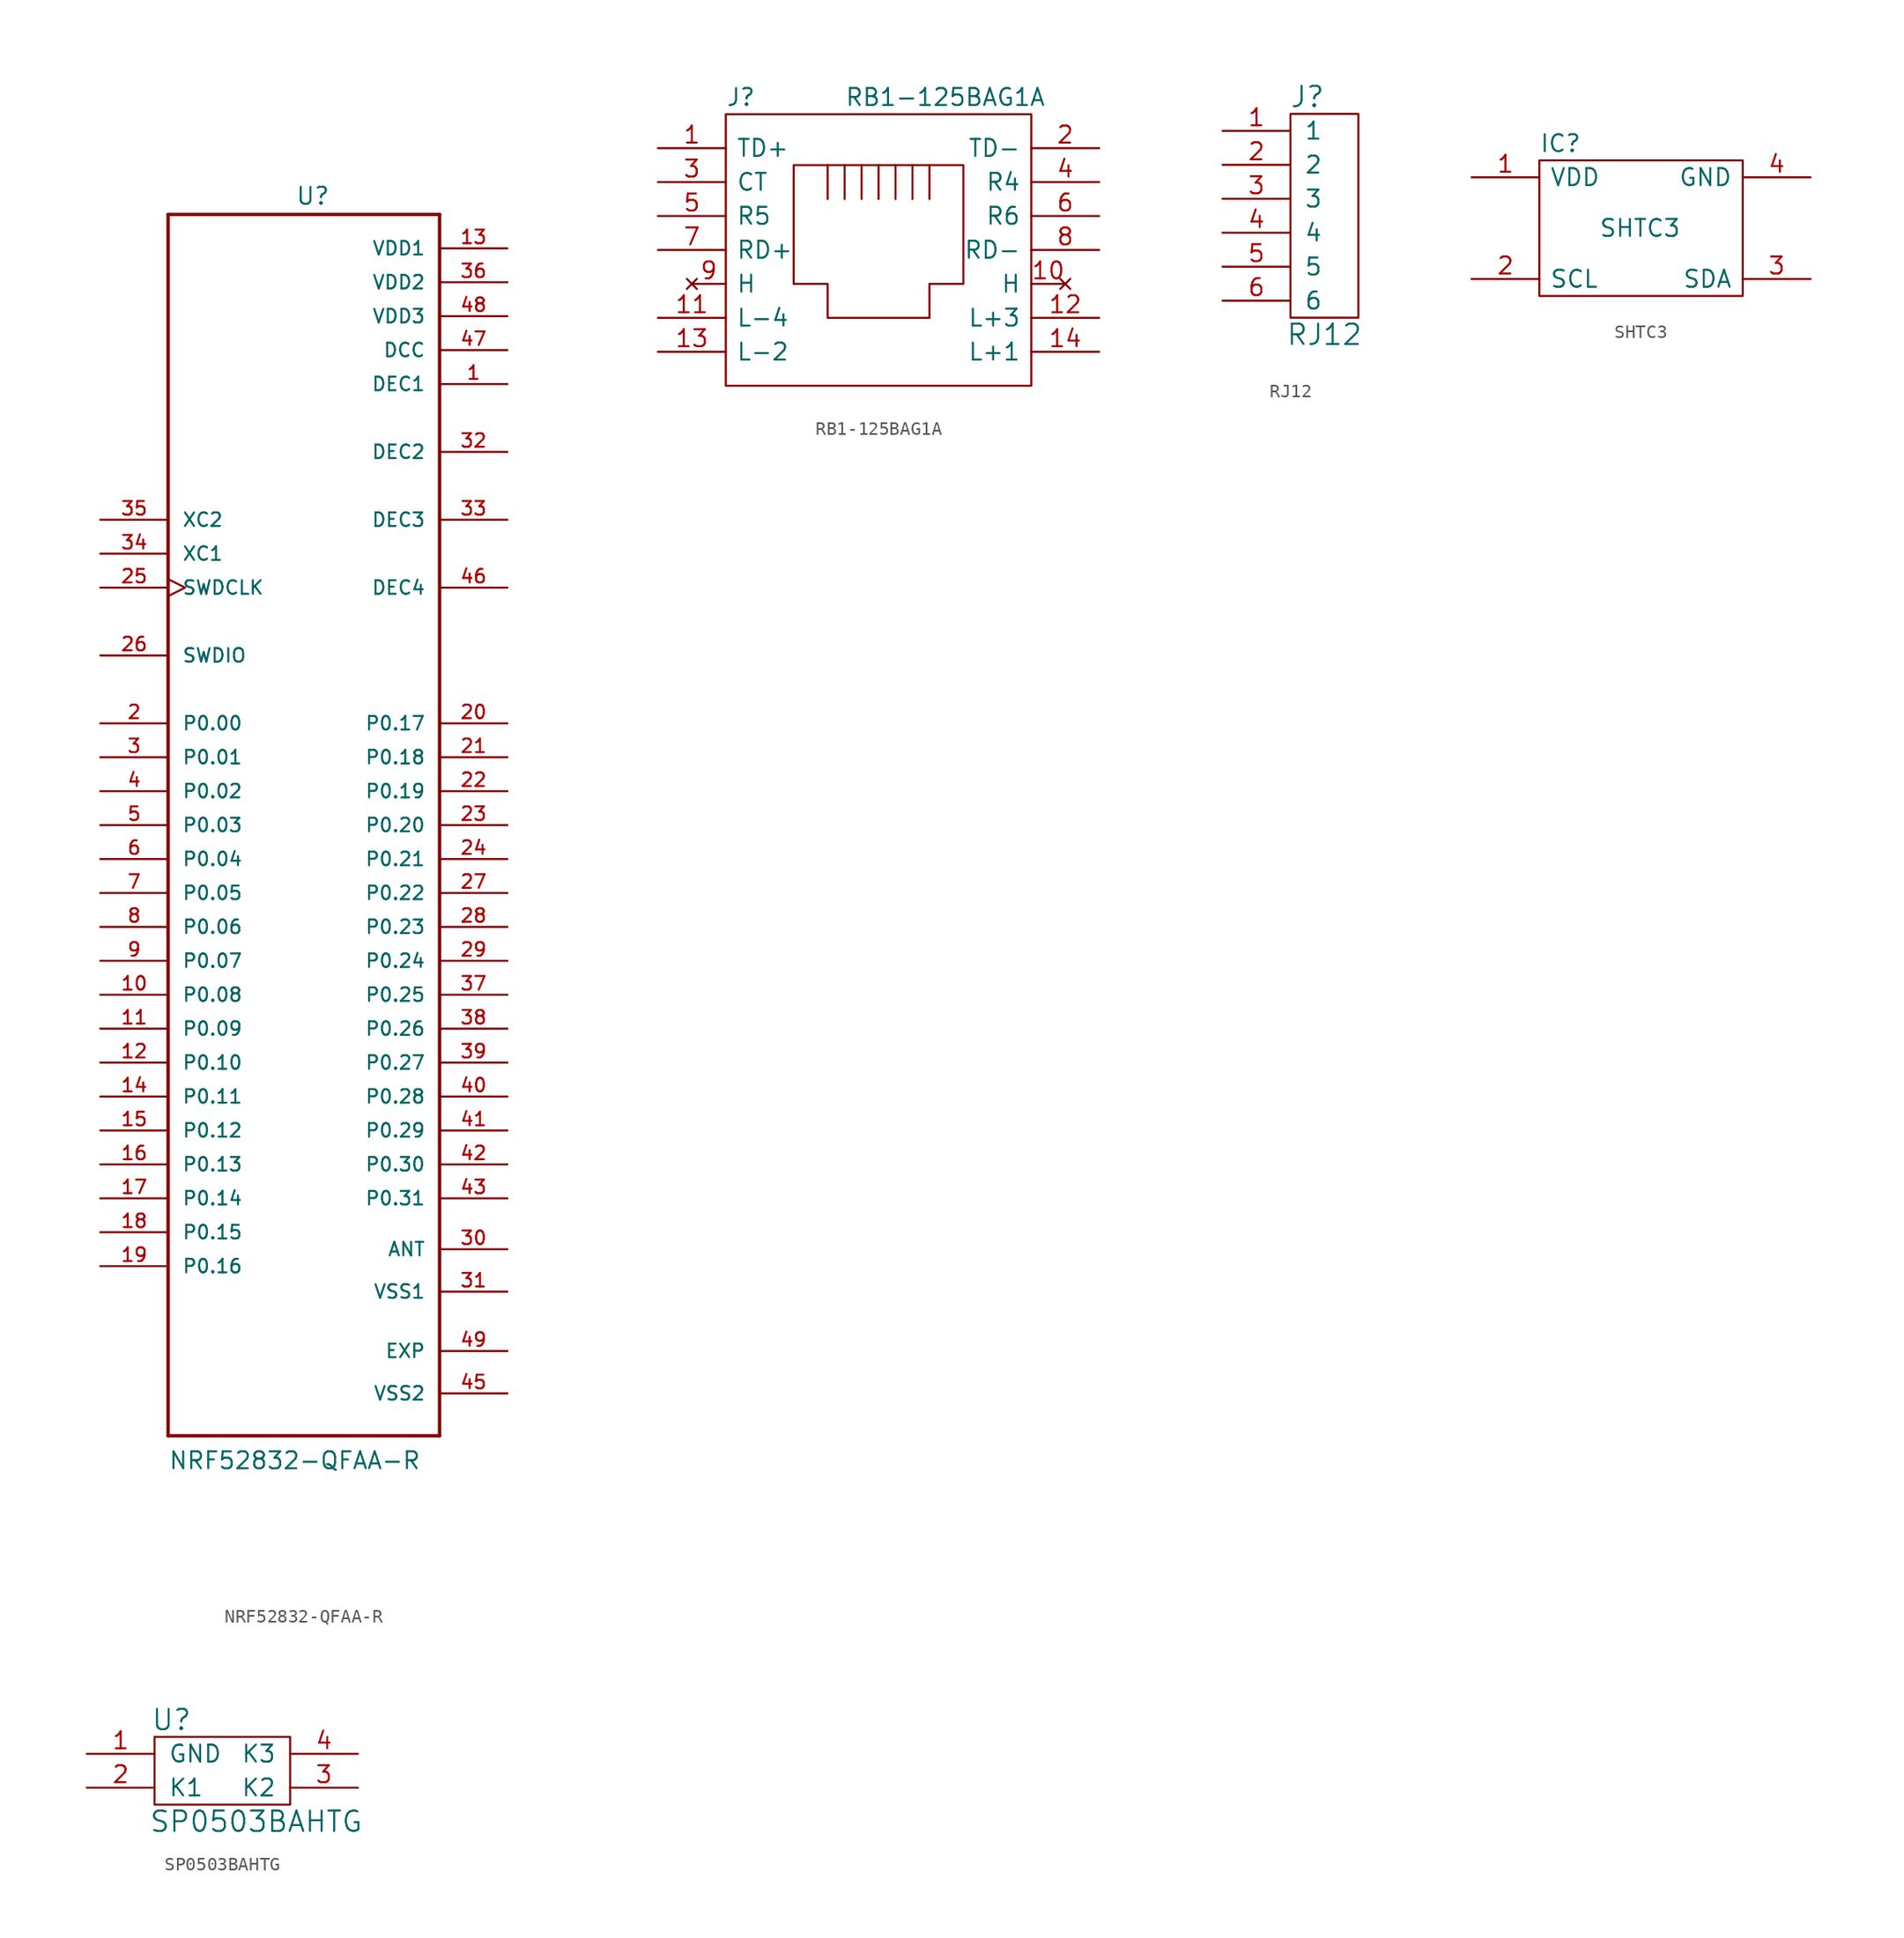
<source format=kicad_sym>
(kicad_symbol_lib
  (version 20211014)
  (generator kicad_symbol_editor)
  (symbol "NRF52832-QFAA-R"
    (pin_names
      (offset 1.016))
    (property "Reference" "U"
      (at -0.635 46.355 0)
      (effects (font (size 1.27 1.27)) (justify left bottom)))
    (property "Value" "NRF52832-QFAA-R"
      (at -10.16 -48.311 0)
      (effects (font (size 1.27 1.27)) (justify left bottom)))
    (property "ki_locked" ""
      (at 0 0 0)
      (effects (font (size 1.27 1.27))))
    (symbol "NRF52832-QFAA-R_0_0"
      (polyline (pts (xy -10.16 -45.72) (xy -10.16 45.72)) (stroke (width 0.254) (type default) (color 0 0 0 0)) (fill (type none)))
      (polyline (pts (xy -10.16 45.72) (xy 10.16 45.72)) (stroke (width 0.254) (type default) (color 0 0 0 0)) (fill (type none)))
      (polyline (pts (xy 10.16 -45.72) (xy -10.16 -45.72)) (stroke (width 0.254) (type default) (color 0 0 0 0)) (fill (type none)))
      (polyline (pts (xy 10.16 45.72) (xy 10.16 -45.72)) (stroke (width 0.254) (type default) (color 0 0 0 0)) (fill (type none)))
      (pin power_in line (at 15.24 33.02 180) (length 5.08) (name "DEC1" (effects (font (size 1.016 1.016)))) (number "1" (effects (font (size 1.016 1.016)))))
      (pin bidirectional line (at -15.24 -12.7 0) (length 5.08) (name "P0.08" (effects (font (size 1.016 1.016)))) (number "10" (effects (font (size 1.016 1.016)))))
      (pin bidirectional line (at -15.24 -15.24 0) (length 5.08) (name "P0.09" (effects (font (size 1.016 1.016)))) (number "11" (effects (font (size 1.016 1.016)))))
      (pin bidirectional line (at -15.24 -17.78 0) (length 5.08) (name "P0.10" (effects (font (size 1.016 1.016)))) (number "12" (effects (font (size 1.016 1.016)))))
      (pin power_in line (at 15.24 43.18 180) (length 5.08) (name "VDD1" (effects (font (size 1.016 1.016)))) (number "13" (effects (font (size 1.016 1.016)))))
      (pin bidirectional line (at -15.24 -20.32 0) (length 5.08) (name "P0.11" (effects (font (size 1.016 1.016)))) (number "14" (effects (font (size 1.016 1.016)))))
      (pin bidirectional line (at -15.24 -22.86 0) (length 5.08) (name "P0.12" (effects (font (size 1.016 1.016)))) (number "15" (effects (font (size 1.016 1.016)))))
      (pin bidirectional line (at -15.24 -25.4 0) (length 5.08) (name "P0.13" (effects (font (size 1.016 1.016)))) (number "16" (effects (font (size 1.016 1.016)))))
      (pin bidirectional line (at -15.24 -27.94 0) (length 5.08) (name "P0.14" (effects (font (size 1.016 1.016)))) (number "17" (effects (font (size 1.016 1.016)))))
      (pin bidirectional line (at -15.24 -30.48 0) (length 5.08) (name "P0.15" (effects (font (size 1.016 1.016)))) (number "18" (effects (font (size 1.016 1.016)))))
      (pin bidirectional line (at -15.24 -33.02 0) (length 5.08) (name "P0.16" (effects (font (size 1.016 1.016)))) (number "19" (effects (font (size 1.016 1.016)))))
      (pin bidirectional line (at -15.24 7.62 0) (length 5.08) (name "P0.00" (effects (font (size 1.016 1.016)))) (number "2" (effects (font (size 1.016 1.016)))))
      (pin bidirectional line (at 15.24 7.62 180) (length 5.08) (name "P0.17" (effects (font (size 1.016 1.016)))) (number "20" (effects (font (size 1.016 1.016)))))
      (pin bidirectional line (at 15.24 5.08 180) (length 5.08) (name "P0.18" (effects (font (size 1.016 1.016)))) (number "21" (effects (font (size 1.016 1.016)))))
      (pin bidirectional line (at 15.24 2.54 180) (length 5.08) (name "P0.19" (effects (font (size 1.016 1.016)))) (number "22" (effects (font (size 1.016 1.016)))))
      (pin bidirectional line (at 15.24 0 180) (length 5.08) (name "P0.20" (effects (font (size 1.016 1.016)))) (number "23" (effects (font (size 1.016 1.016)))))
      (pin bidirectional line (at 15.24 -2.54 180) (length 5.08) (name "P0.21" (effects (font (size 1.016 1.016)))) (number "24" (effects (font (size 1.016 1.016)))))
      (pin input clock (at -15.24 17.78 0) (length 5.08) (name "SWDCLK" (effects (font (size 1.016 1.016)))) (number "25" (effects (font (size 1.016 1.016)))))
      (pin bidirectional line (at -15.24 12.7 0) (length 5.08) (name "SWDIO" (effects (font (size 1.016 1.016)))) (number "26" (effects (font (size 1.016 1.016)))))
      (pin bidirectional line (at 15.24 -5.08 180) (length 5.08) (name "P0.22" (effects (font (size 1.016 1.016)))) (number "27" (effects (font (size 1.016 1.016)))))
      (pin bidirectional line (at 15.24 -7.62 180) (length 5.08) (name "P0.23" (effects (font (size 1.016 1.016)))) (number "28" (effects (font (size 1.016 1.016)))))
      (pin bidirectional line (at 15.24 -10.16 180) (length 5.08) (name "P0.24" (effects (font (size 1.016 1.016)))) (number "29" (effects (font (size 1.016 1.016)))))
      (pin bidirectional line (at -15.24 5.08 0) (length 5.08) (name "P0.01" (effects (font (size 1.016 1.016)))) (number "3" (effects (font (size 1.016 1.016)))))
      (pin passive line (at 15.24 -31.75 180) (length 5.08) (name "ANT" (effects (font (size 1.016 1.016)))) (number "30" (effects (font (size 1.016 1.016)))))
      (pin power_in line (at 15.24 -34.925 180) (length 5.08) (name "VSS1" (effects (font (size 1.016 1.016)))) (number "31" (effects (font (size 1.016 1.016)))))
      (pin power_in line (at 15.24 27.94 180) (length 5.08) (name "DEC2" (effects (font (size 1.016 1.016)))) (number "32" (effects (font (size 1.016 1.016)))))
      (pin power_in line (at 15.24 22.86 180) (length 5.08) (name "DEC3" (effects (font (size 1.016 1.016)))) (number "33" (effects (font (size 1.016 1.016)))))
      (pin input line (at -15.24 20.32 0) (length 5.08) (name "XC1" (effects (font (size 1.016 1.016)))) (number "34" (effects (font (size 1.016 1.016)))))
      (pin output line (at -15.24 22.86 0) (length 5.08) (name "XC2" (effects (font (size 1.016 1.016)))) (number "35" (effects (font (size 1.016 1.016)))))
      (pin power_in line (at 15.24 40.64 180) (length 5.08) (name "VDD2" (effects (font (size 1.016 1.016)))) (number "36" (effects (font (size 1.016 1.016)))))
      (pin bidirectional line (at 15.24 -12.7 180) (length 5.08) (name "P0.25" (effects (font (size 1.016 1.016)))) (number "37" (effects (font (size 1.016 1.016)))))
      (pin bidirectional line (at 15.24 -15.24 180) (length 5.08) (name "P0.26" (effects (font (size 1.016 1.016)))) (number "38" (effects (font (size 1.016 1.016)))))
      (pin bidirectional line (at 15.24 -17.78 180) (length 5.08) (name "P0.27" (effects (font (size 1.016 1.016)))) (number "39" (effects (font (size 1.016 1.016)))))
      (pin bidirectional line (at -15.24 2.54 0) (length 5.08) (name "P0.02" (effects (font (size 1.016 1.016)))) (number "4" (effects (font (size 1.016 1.016)))))
      (pin bidirectional line (at 15.24 -20.32 180) (length 5.08) (name "P0.28" (effects (font (size 1.016 1.016)))) (number "40" (effects (font (size 1.016 1.016)))))
      (pin bidirectional line (at 15.24 -22.86 180) (length 5.08) (name "P0.29" (effects (font (size 1.016 1.016)))) (number "41" (effects (font (size 1.016 1.016)))))
      (pin bidirectional line (at 15.24 -25.4 180) (length 5.08) (name "P0.30" (effects (font (size 1.016 1.016)))) (number "42" (effects (font (size 1.016 1.016)))))
      (pin bidirectional line (at 15.24 -27.94 180) (length 5.08) (name "P0.31" (effects (font (size 1.016 1.016)))) (number "43" (effects (font (size 1.016 1.016)))))
      (pin power_in line (at 15.24 -42.545 180) (length 5.08) (name "VSS2" (effects (font (size 1.016 1.016)))) (number "45" (effects (font (size 1.016 1.016)))))
      (pin power_in line (at 15.24 17.78 180) (length 5.08) (name "DEC4" (effects (font (size 1.016 1.016)))) (number "46" (effects (font (size 1.016 1.016)))))
      (pin power_in line (at 15.24 35.56 180) (length 5.08) (name "DCC" (effects (font (size 1.016 1.016)))) (number "47" (effects (font (size 1.016 1.016)))))
      (pin power_in line (at 15.24 38.1 180) (length 5.08) (name "VDD3" (effects (font (size 1.016 1.016)))) (number "48" (effects (font (size 1.016 1.016)))))
      (pin power_in line (at 15.24 -39.37 180) (length 5.08) (name "EXP" (effects (font (size 1.016 1.016)))) (number "49" (effects (font (size 1.016 1.016)))))
      (pin bidirectional line (at -15.24 0 0) (length 5.08) (name "P0.03" (effects (font (size 1.016 1.016)))) (number "5" (effects (font (size 1.016 1.016)))))
      (pin bidirectional line (at -15.24 -2.54 0) (length 5.08) (name "P0.04" (effects (font (size 1.016 1.016)))) (number "6" (effects (font (size 1.016 1.016)))))
      (pin bidirectional line (at -15.24 -5.08 0) (length 5.08) (name "P0.05" (effects (font (size 1.016 1.016)))) (number "7" (effects (font (size 1.016 1.016)))))
      (pin bidirectional line (at -15.24 -7.62 0) (length 5.08) (name "P0.06" (effects (font (size 1.016 1.016)))) (number "8" (effects (font (size 1.016 1.016)))))
      (pin bidirectional line (at -15.24 -10.16 0) (length 5.08) (name "P0.07" (effects (font (size 1.016 1.016)))) (number "9" (effects (font (size 1.016 1.016)))))))
  (symbol "RB1-125BAG1A"
    (pin_names
      (offset 0.762))
    (property "Reference" "J"
      (at 17.78 3.81 0)
      (effects (font (size 1.27 1.27)) (justify left)))
    (property "Value" "RB1-125BAG1A"
      (at 26.67 3.81 0)
      (effects (font (size 1.27 1.27)) (justify left)))
    (symbol "RB1-125BAG1A_0_0"
      (pin bidirectional line (at 12.7 0 0) (length 5.08) (name "TD+" (effects (font (size 1.27 1.27)))) (number "1" (effects (font (size 1.27 1.27)))))
      (pin no_connect line (at 43.18 -10.16 180) (length 2.54) (name "H" (effects (font (size 1.27 1.27)))) (number "10" (effects (font (size 1.27 1.27)))))
      (pin bidirectional line (at 12.7 -12.7 0) (length 5.08) (name "L-4" (effects (font (size 1.27 1.27)))) (number "11" (effects (font (size 1.27 1.27)))))
      (pin bidirectional line (at 45.72 -12.7 180) (length 5.08) (name "L+3" (effects (font (size 1.27 1.27)))) (number "12" (effects (font (size 1.27 1.27)))))
      (pin bidirectional line (at 12.7 -15.24 0) (length 5.08) (name "L-2" (effects (font (size 1.27 1.27)))) (number "13" (effects (font (size 1.27 1.27)))))
      (pin bidirectional line (at 45.72 -15.24 180) (length 5.08) (name "L+1" (effects (font (size 1.27 1.27)))) (number "14" (effects (font (size 1.27 1.27)))))
      (pin bidirectional line (at 45.72 0 180) (length 5.08) (name "TD-" (effects (font (size 1.27 1.27)))) (number "2" (effects (font (size 1.27 1.27)))))
      (pin bidirectional line (at 12.7 -2.54 0) (length 5.08) (name "CT" (effects (font (size 1.27 1.27)))) (number "3" (effects (font (size 1.27 1.27)))))
      (pin bidirectional line (at 45.72 -2.54 180) (length 5.08) (name "R4" (effects (font (size 1.27 1.27)))) (number "4" (effects (font (size 1.27 1.27)))))
      (pin bidirectional line (at 12.7 -5.08 0) (length 5.08) (name "R5" (effects (font (size 1.27 1.27)))) (number "5" (effects (font (size 1.27 1.27)))))
      (pin bidirectional line (at 45.72 -5.08 180) (length 5.08) (name "R6" (effects (font (size 1.27 1.27)))) (number "6" (effects (font (size 1.27 1.27)))))
      (pin bidirectional line (at 12.7 -7.62 0) (length 5.08) (name "RD+" (effects (font (size 1.27 1.27)))) (number "7" (effects (font (size 1.27 1.27)))))
      (pin bidirectional line (at 45.72 -7.62 180) (length 5.08) (name "RD-" (effects (font (size 1.27 1.27)))) (number "8" (effects (font (size 1.27 1.27)))))
      (pin no_connect line (at 15.24 -10.16 0) (length 2.54) (name "H" (effects (font (size 1.27 1.27)))) (number "9" (effects (font (size 1.27 1.27))))))
    (symbol "RB1-125BAG1A_0_1"
      (polyline (pts (xy 25.4 -3.81) (xy 25.4 -1.27)) (stroke (width 0) (type default) (color 0 0 0 0)) (fill (type none)))
      (polyline (pts (xy 26.67 -1.27) (xy 26.67 -3.81)) (stroke (width 0) (type default) (color 0 0 0 0)) (fill (type none)))
      (polyline (pts (xy 27.94 -1.27) (xy 27.94 -3.81)) (stroke (width 0) (type default) (color 0 0 0 0)) (fill (type none)))
      (polyline (pts (xy 29.21 -3.81) (xy 29.21 -1.27)) (stroke (width 0) (type default) (color 0 0 0 0)) (fill (type none)))
      (polyline (pts (xy 30.48 -3.81) (xy 30.48 -1.27)) (stroke (width 0) (type default) (color 0 0 0 0)) (fill (type none)))
      (polyline (pts (xy 31.75 -1.27) (xy 31.75 -3.81)) (stroke (width 0) (type default) (color 0 0 0 0)) (fill (type none)))
      (polyline (pts (xy 33.02 -3.81) (xy 33.02 -1.27)) (stroke (width 0) (type default) (color 0 0 0 0)) (fill (type none)))
      (polyline (pts (xy 22.86 -10.16) (xy 22.86 -1.27) (xy 35.56 -1.27) (xy 35.56 -10.16) (xy 33.02 -10.16) (xy 33.02 -12.7) (xy 25.4 -12.7) (xy 25.4 -10.16) (xy 22.86 -10.16)) (stroke (width 0) (type default) (color 0 0 0 0)) (fill (type none)))
      (rectangle (start 40.64 2.54) (end 17.78 -17.78) (stroke (width 0) (type default) (color 0 0 0 0)) (fill (type none)))))
  (symbol "RJ12"
    (pin_names
      (offset 1.016))
    (property "Reference" "J"
      (at -1.27 8.89 0)
      (effects (font (size 1.524 1.524))))
    (property "Value" "RJ12"
      (at 0 -8.89 0)
      (effects (font (size 1.524 1.524))))
    (property "Footprint" ""
      (at 0 1.27 0)
      (effects (font (size 1.524 1.524))))
    (property "Datasheet" ""
      (at 0 1.27 0)
      (effects (font (size 1.524 1.524))))
    (symbol "RJ12_0_1"
      (rectangle (start -2.54 7.62) (end 2.54 -7.62) (stroke (width 0) (type default) (color 0 0 0 0)) (fill (type none))))
    (symbol "RJ12_1_1"
      (pin input line (at -7.62 6.35 0) (length 5.08) (name "1" (effects (font (size 1.27 1.27)))) (number "1" (effects (font (size 1.27 1.27)))))
      (pin input line (at -7.62 3.81 0) (length 5.08) (name "2" (effects (font (size 1.27 1.27)))) (number "2" (effects (font (size 1.27 1.27)))))
      (pin input line (at -7.62 1.27 0) (length 5.08) (name "3" (effects (font (size 1.27 1.27)))) (number "3" (effects (font (size 1.27 1.27)))))
      (pin input line (at -7.62 -1.27 0) (length 5.08) (name "4" (effects (font (size 1.27 1.27)))) (number "4" (effects (font (size 1.27 1.27)))))
      (pin input line (at -7.62 -3.81 0) (length 5.08) (name "5" (effects (font (size 1.27 1.27)))) (number "5" (effects (font (size 1.27 1.27)))))
      (pin input line (at -7.62 -6.35 0) (length 5.08) (name "6" (effects (font (size 1.27 1.27)))) (number "6" (effects (font (size 1.27 1.27)))))))
  (symbol "SHTC3"
    (pin_names
      (offset 0.762))
    (property "Reference" "IC"
      (at 5.08 3.81 0)
      (effects (font (size 1.27 1.27)) (justify left)))
    (property "Value" "SHTC3"
      (at 9.525 -2.54 0)
      (effects (font (size 1.27 1.27)) (justify left)))
    (symbol "SHTC3_0_0"
      (pin bidirectional line (at 0 1.27 0) (length 5.08) (name "VDD" (effects (font (size 1.27 1.27)))) (number "1" (effects (font (size 1.27 1.27)))))
      (pin bidirectional line (at 0 -6.35 0) (length 5.08) (name "SCL" (effects (font (size 1.27 1.27)))) (number "2" (effects (font (size 1.27 1.27)))))
      (pin bidirectional line (at 25.4 -6.35 180) (length 5.08) (name "SDA" (effects (font (size 1.27 1.27)))) (number "3" (effects (font (size 1.27 1.27)))))
      (pin bidirectional line (at 25.4 1.27 180) (length 5.08) (name "GND" (effects (font (size 1.27 1.27)))) (number "4" (effects (font (size 1.27 1.27)))))
      (pin no_connect line (at 15.24 8.89 180) (length 5.08) hide (name "PAD" (effects (font (size 1.27 1.27)))) (number "5" (effects (font (size 1.27 1.27))))))
    (symbol "SHTC3_0_1"
      (polyline (pts (xy 5.08 2.54) (xy 20.32 2.54) (xy 20.32 -7.62) (xy 5.08 -7.62) (xy 5.08 2.54)) (stroke (width 0.152) (type default) (color 0 0 0 0)) (fill (type none)))))
  (symbol "SP0503BAHTG"
    (pin_names
      (offset 1.016))
    (property "Reference" "U"
      (at -3.81 6.35 0)
      (effects (font (size 1.524 1.524))))
    (property "Value" "SP0503BAHTG"
      (at 2.54 -1.27 0)
      (effects (font (size 1.524 1.524))))
    (symbol "SP0503BAHTG_0_1"
      (rectangle (start -5.08 5.08) (end 5.08 0) (stroke (width 0) (type default) (color 0 0 0 0)) (fill (type none))))
    (symbol "SP0503BAHTG_1_1"
      (pin input line (at -10.16 3.81 0) (length 5.08) (name "GND" (effects (font (size 1.27 1.27)))) (number "1" (effects (font (size 1.27 1.27)))))
      (pin input line (at -10.16 1.27 0) (length 5.08) (name "K1" (effects (font (size 1.27 1.27)))) (number "2" (effects (font (size 1.27 1.27)))))
      (pin input line (at 10.16 1.27 180) (length 5.08) (name "K2" (effects (font (size 1.27 1.27)))) (number "3" (effects (font (size 1.27 1.27)))))
      (pin input line (at 10.16 3.81 180) (length 5.08) (name "K3" (effects (font (size 1.27 1.27)))) (number "4" (effects (font (size 1.27 1.27))))))))
</source>
